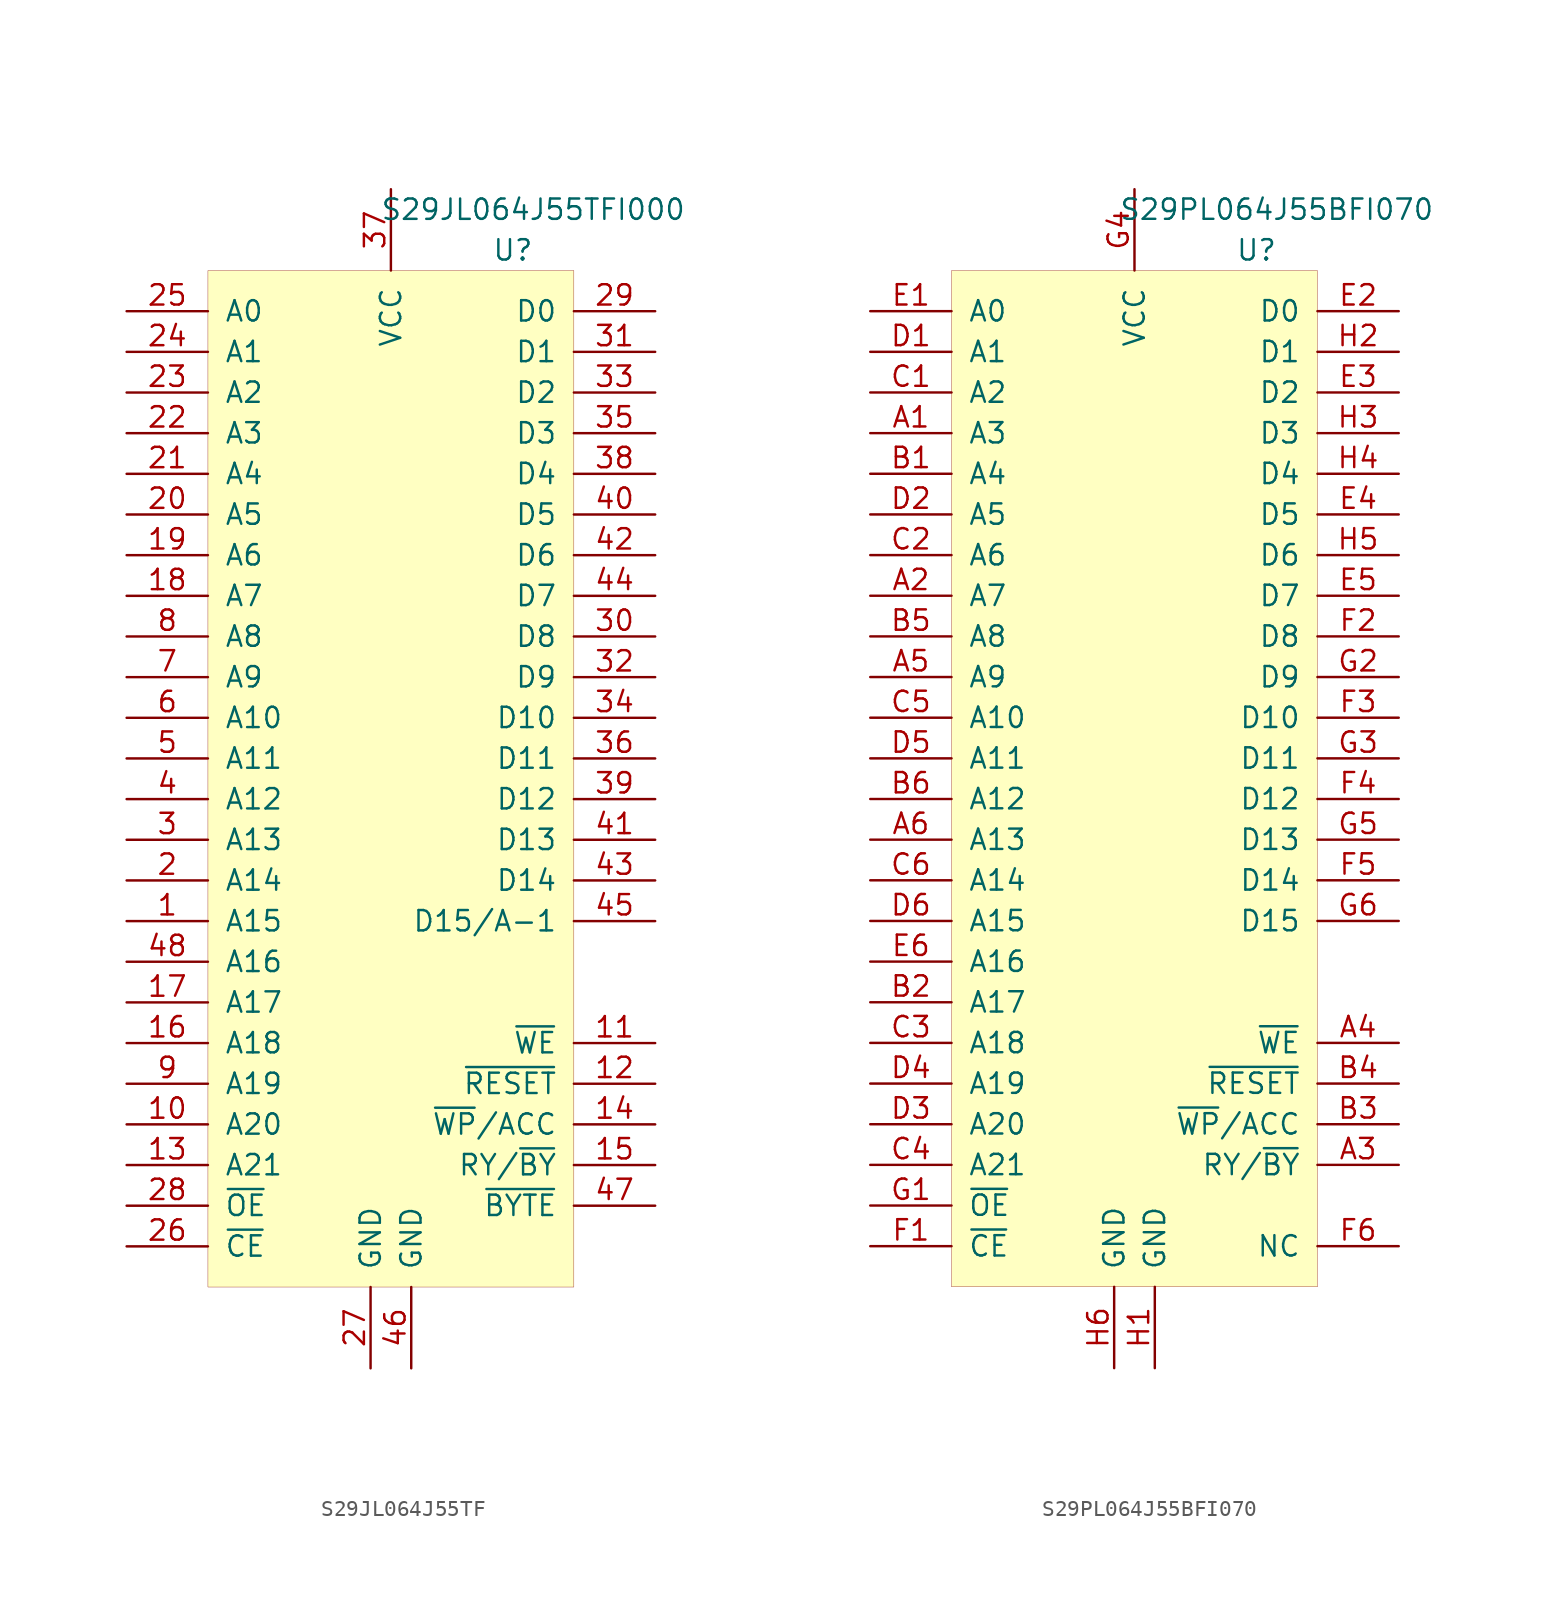
<source format=kicad_sym>
(kicad_symbol_lib
  (version 20220914)
  (generator kicad_symbol_editor)
  (symbol "S29JL064J55TF"
    (pin_names
      (offset 1.016))
    (property "Reference" "U"
      (at 24.13 3.81 0)
      (effects (font (size 1.27 1.27))))
    (property "Value" "S29JL064J55TFI000"
      (at 25.4 6.35 0)
      (effects (font (size 1.27 1.27))))
    (symbol "S29JL064J55TF_0_0"
      (pin passive line (at 0 -38.1 0) (length 5.08) (name "A15" (effects (font (size 1.27 1.27)))) (number "1" (effects (font (size 1.27 1.27)))))
      (pin passive line (at 0 -50.8 0) (length 5.08) (name "A20" (effects (font (size 1.27 1.27)))) (number "10" (effects (font (size 1.27 1.27)))))
      (pin passive line (at 33.02 -45.72 180) (length 5.08) (name "~{WE}" (effects (font (size 1.27 1.27)))) (number "11" (effects (font (size 1.27 1.27)))))
      (pin passive line (at 33.02 -48.26 180) (length 5.08) (name "~{RESET}" (effects (font (size 1.27 1.27)))) (number "12" (effects (font (size 1.27 1.27)))))
      (pin passive line (at 0 -53.34 0) (length 5.08) (name "A21" (effects (font (size 1.27 1.27)))) (number "13" (effects (font (size 1.27 1.27)))))
      (pin passive line (at 33.02 -50.8 180) (length 5.08) (name "~{WP}/ACC" (effects (font (size 1.27 1.27)))) (number "14" (effects (font (size 1.27 1.27)))))
      (pin passive line (at 33.02 -53.34 180) (length 5.08) (name "RY/~{BY}" (effects (font (size 1.27 1.27)))) (number "15" (effects (font (size 1.27 1.27)))))
      (pin passive line (at 0 -45.72 0) (length 5.08) (name "A18" (effects (font (size 1.27 1.27)))) (number "16" (effects (font (size 1.27 1.27)))))
      (pin passive line (at 0 -43.18 0) (length 5.08) (name "A17" (effects (font (size 1.27 1.27)))) (number "17" (effects (font (size 1.27 1.27)))))
      (pin passive line (at 0 -17.78 0) (length 5.08) (name "A7" (effects (font (size 1.27 1.27)))) (number "18" (effects (font (size 1.27 1.27)))))
      (pin passive line (at 0 -15.24 0) (length 5.08) (name "A6" (effects (font (size 1.27 1.27)))) (number "19" (effects (font (size 1.27 1.27)))))
      (pin passive line (at 0 -35.56 0) (length 5.08) (name "A14" (effects (font (size 1.27 1.27)))) (number "2" (effects (font (size 1.27 1.27)))))
      (pin passive line (at 0 -12.7 0) (length 5.08) (name "A5" (effects (font (size 1.27 1.27)))) (number "20" (effects (font (size 1.27 1.27)))))
      (pin passive line (at 0 -10.16 0) (length 5.08) (name "A4" (effects (font (size 1.27 1.27)))) (number "21" (effects (font (size 1.27 1.27)))))
      (pin passive line (at 0 -7.62 0) (length 5.08) (name "A3" (effects (font (size 1.27 1.27)))) (number "22" (effects (font (size 1.27 1.27)))))
      (pin passive line (at 0 -5.08 0) (length 5.08) (name "A2" (effects (font (size 1.27 1.27)))) (number "23" (effects (font (size 1.27 1.27)))))
      (pin passive line (at 0 -2.54 0) (length 5.08) (name "A1" (effects (font (size 1.27 1.27)))) (number "24" (effects (font (size 1.27 1.27)))))
      (pin passive line (at 0 0 0) (length 5.08) (name "A0" (effects (font (size 1.27 1.27)))) (number "25" (effects (font (size 1.27 1.27)))))
      (pin passive line (at 0 -58.42 0) (length 5.08) (name "~{CE}" (effects (font (size 1.27 1.27)))) (number "26" (effects (font (size 1.27 1.27)))))
      (pin passive line (at 15.24 -66.04 90) (length 5.08) (name "GND" (effects (font (size 1.27 1.27)))) (number "27" (effects (font (size 1.27 1.27)))))
      (pin passive line (at 0 -55.88 0) (length 5.08) (name "~{OE}" (effects (font (size 1.27 1.27)))) (number "28" (effects (font (size 1.27 1.27)))))
      (pin passive line (at 33.02 0 180) (length 5.08) (name "D0" (effects (font (size 1.27 1.27)))) (number "29" (effects (font (size 1.27 1.27)))))
      (pin passive line (at 0 -33.02 0) (length 5.08) (name "A13" (effects (font (size 1.27 1.27)))) (number "3" (effects (font (size 1.27 1.27)))))
      (pin passive line (at 33.02 -20.32 180) (length 5.08) (name "D8" (effects (font (size 1.27 1.27)))) (number "30" (effects (font (size 1.27 1.27)))))
      (pin passive line (at 33.02 -2.54 180) (length 5.08) (name "D1" (effects (font (size 1.27 1.27)))) (number "31" (effects (font (size 1.27 1.27)))))
      (pin passive line (at 33.02 -22.86 180) (length 5.08) (name "D9" (effects (font (size 1.27 1.27)))) (number "32" (effects (font (size 1.27 1.27)))))
      (pin passive line (at 33.02 -5.08 180) (length 5.08) (name "D2" (effects (font (size 1.27 1.27)))) (number "33" (effects (font (size 1.27 1.27)))))
      (pin passive line (at 33.02 -25.4 180) (length 5.08) (name "D10" (effects (font (size 1.27 1.27)))) (number "34" (effects (font (size 1.27 1.27)))))
      (pin passive line (at 33.02 -7.62 180) (length 5.08) (name "D3" (effects (font (size 1.27 1.27)))) (number "35" (effects (font (size 1.27 1.27)))))
      (pin passive line (at 33.02 -27.94 180) (length 5.08) (name "D11" (effects (font (size 1.27 1.27)))) (number "36" (effects (font (size 1.27 1.27)))))
      (pin passive line (at 16.51 7.62 270) (length 5.08) (name "VCC" (effects (font (size 1.27 1.27)))) (number "37" (effects (font (size 1.27 1.27)))))
      (pin passive line (at 33.02 -10.16 180) (length 5.08) (name "D4" (effects (font (size 1.27 1.27)))) (number "38" (effects (font (size 1.27 1.27)))))
      (pin passive line (at 33.02 -30.48 180) (length 5.08) (name "D12" (effects (font (size 1.27 1.27)))) (number "39" (effects (font (size 1.27 1.27)))))
      (pin passive line (at 0 -30.48 0) (length 5.08) (name "A12" (effects (font (size 1.27 1.27)))) (number "4" (effects (font (size 1.27 1.27)))))
      (pin passive line (at 33.02 -12.7 180) (length 5.08) (name "D5" (effects (font (size 1.27 1.27)))) (number "40" (effects (font (size 1.27 1.27)))))
      (pin passive line (at 33.02 -33.02 180) (length 5.08) (name "D13" (effects (font (size 1.27 1.27)))) (number "41" (effects (font (size 1.27 1.27)))))
      (pin passive line (at 33.02 -15.24 180) (length 5.08) (name "D6" (effects (font (size 1.27 1.27)))) (number "42" (effects (font (size 1.27 1.27)))))
      (pin passive line (at 33.02 -35.56 180) (length 5.08) (name "D14" (effects (font (size 1.27 1.27)))) (number "43" (effects (font (size 1.27 1.27)))))
      (pin passive line (at 33.02 -17.78 180) (length 5.08) (name "D7" (effects (font (size 1.27 1.27)))) (number "44" (effects (font (size 1.27 1.27)))))
      (pin passive line (at 33.02 -38.1 180) (length 5.08) (name "D15/A-1" (effects (font (size 1.27 1.27)))) (number "45" (effects (font (size 1.27 1.27)))))
      (pin passive line (at 17.78 -66.04 90) (length 5.08) (name "GND" (effects (font (size 1.27 1.27)))) (number "46" (effects (font (size 1.27 1.27)))))
      (pin passive line (at 33.02 -55.88 180) (length 5.08) (name "~{BYTE}" (effects (font (size 1.27 1.27)))) (number "47" (effects (font (size 1.27 1.27)))))
      (pin passive line (at 0 -40.64 0) (length 5.08) (name "A16" (effects (font (size 1.27 1.27)))) (number "48" (effects (font (size 1.27 1.27)))))
      (pin passive line (at 0 -27.94 0) (length 5.08) (name "A11" (effects (font (size 1.27 1.27)))) (number "5" (effects (font (size 1.27 1.27)))))
      (pin passive line (at 0 -25.4 0) (length 5.08) (name "A10" (effects (font (size 1.27 1.27)))) (number "6" (effects (font (size 1.27 1.27)))))
      (pin passive line (at 0 -22.86 0) (length 5.08) (name "A9" (effects (font (size 1.27 1.27)))) (number "7" (effects (font (size 1.27 1.27)))))
      (pin passive line (at 0 -20.32 0) (length 5.08) (name "A8" (effects (font (size 1.27 1.27)))) (number "8" (effects (font (size 1.27 1.27)))))
      (pin passive line (at 0 -48.26 0) (length 5.08) (name "A19" (effects (font (size 1.27 1.27)))) (number "9" (effects (font (size 1.27 1.27))))))
    (symbol "S29JL064J55TF_0_1"
      (rectangle (start 5.08 2.54) (end 27.94 -60.96) (stroke (width 0.001) (type default)) (fill (type background)))))
  (symbol "S29PL064J55BFI070"
    (pin_names
      (offset 1.016))
    (property "Reference" "U"
      (at 24.13 3.81 0)
      (effects (font (size 1.27 1.27))))
    (property "Value" "S29PL064J55BFI070"
      (at 25.4 6.35 0)
      (effects (font (size 1.27 1.27))))
    (symbol "S29PL064J55BFI070_0_0"
      (pin passive line (at 0 -7.62 0) (length 5.08) (name "A3" (effects (font (size 1.27 1.27)))) (number "A1" (effects (font (size 1.27 1.27)))))
      (pin passive line (at 0 -17.78 0) (length 5.08) (name "A7" (effects (font (size 1.27 1.27)))) (number "A2" (effects (font (size 1.27 1.27)))))
      (pin passive line (at 33.02 -53.34 180) (length 5.08) (name "RY/~{BY}" (effects (font (size 1.27 1.27)))) (number "A3" (effects (font (size 1.27 1.27)))))
      (pin passive line (at 33.02 -45.72 180) (length 5.08) (name "~{WE}" (effects (font (size 1.27 1.27)))) (number "A4" (effects (font (size 1.27 1.27)))))
      (pin passive line (at 0 -22.86 0) (length 5.08) (name "A9" (effects (font (size 1.27 1.27)))) (number "A5" (effects (font (size 1.27 1.27)))))
      (pin passive line (at 0 -33.02 0) (length 5.08) (name "A13" (effects (font (size 1.27 1.27)))) (number "A6" (effects (font (size 1.27 1.27)))))
      (pin passive line (at 0 -10.16 0) (length 5.08) (name "A4" (effects (font (size 1.27 1.27)))) (number "B1" (effects (font (size 1.27 1.27)))))
      (pin passive line (at 0 -43.18 0) (length 5.08) (name "A17" (effects (font (size 1.27 1.27)))) (number "B2" (effects (font (size 1.27 1.27)))))
      (pin passive line (at 33.02 -50.8 180) (length 5.08) (name "~{WP}/ACC" (effects (font (size 1.27 1.27)))) (number "B3" (effects (font (size 1.27 1.27)))))
      (pin passive line (at 33.02 -48.26 180) (length 5.08) (name "~{RESET}" (effects (font (size 1.27 1.27)))) (number "B4" (effects (font (size 1.27 1.27)))))
      (pin passive line (at 0 -20.32 0) (length 5.08) (name "A8" (effects (font (size 1.27 1.27)))) (number "B5" (effects (font (size 1.27 1.27)))))
      (pin passive line (at 0 -30.48 0) (length 5.08) (name "A12" (effects (font (size 1.27 1.27)))) (number "B6" (effects (font (size 1.27 1.27)))))
      (pin passive line (at 0 -5.08 0) (length 5.08) (name "A2" (effects (font (size 1.27 1.27)))) (number "C1" (effects (font (size 1.27 1.27)))))
      (pin passive line (at 0 -15.24 0) (length 5.08) (name "A6" (effects (font (size 1.27 1.27)))) (number "C2" (effects (font (size 1.27 1.27)))))
      (pin passive line (at 0 -45.72 0) (length 5.08) (name "A18" (effects (font (size 1.27 1.27)))) (number "C3" (effects (font (size 1.27 1.27)))))
      (pin passive line (at 0 -53.34 0) (length 5.08) (name "A21" (effects (font (size 1.27 1.27)))) (number "C4" (effects (font (size 1.27 1.27)))))
      (pin passive line (at 0 -25.4 0) (length 5.08) (name "A10" (effects (font (size 1.27 1.27)))) (number "C5" (effects (font (size 1.27 1.27)))))
      (pin passive line (at 0 -35.56 0) (length 5.08) (name "A14" (effects (font (size 1.27 1.27)))) (number "C6" (effects (font (size 1.27 1.27)))))
      (pin passive line (at 0 -2.54 0) (length 5.08) (name "A1" (effects (font (size 1.27 1.27)))) (number "D1" (effects (font (size 1.27 1.27)))))
      (pin passive line (at 0 -12.7 0) (length 5.08) (name "A5" (effects (font (size 1.27 1.27)))) (number "D2" (effects (font (size 1.27 1.27)))))
      (pin passive line (at 0 -50.8 0) (length 5.08) (name "A20" (effects (font (size 1.27 1.27)))) (number "D3" (effects (font (size 1.27 1.27)))))
      (pin passive line (at 0 -48.26 0) (length 5.08) (name "A19" (effects (font (size 1.27 1.27)))) (number "D4" (effects (font (size 1.27 1.27)))))
      (pin passive line (at 0 -27.94 0) (length 5.08) (name "A11" (effects (font (size 1.27 1.27)))) (number "D5" (effects (font (size 1.27 1.27)))))
      (pin passive line (at 0 -38.1 0) (length 5.08) (name "A15" (effects (font (size 1.27 1.27)))) (number "D6" (effects (font (size 1.27 1.27)))))
      (pin passive line (at 0 0 0) (length 5.08) (name "A0" (effects (font (size 1.27 1.27)))) (number "E1" (effects (font (size 1.27 1.27)))))
      (pin passive line (at 33.02 0 180) (length 5.08) (name "D0" (effects (font (size 1.27 1.27)))) (number "E2" (effects (font (size 1.27 1.27)))))
      (pin passive line (at 33.02 -5.08 180) (length 5.08) (name "D2" (effects (font (size 1.27 1.27)))) (number "E3" (effects (font (size 1.27 1.27)))))
      (pin passive line (at 33.02 -12.7 180) (length 5.08) (name "D5" (effects (font (size 1.27 1.27)))) (number "E4" (effects (font (size 1.27 1.27)))))
      (pin passive line (at 33.02 -17.78 180) (length 5.08) (name "D7" (effects (font (size 1.27 1.27)))) (number "E5" (effects (font (size 1.27 1.27)))))
      (pin passive line (at 0 -40.64 0) (length 5.08) (name "A16" (effects (font (size 1.27 1.27)))) (number "E6" (effects (font (size 1.27 1.27)))))
      (pin passive line (at 0 -58.42 0) (length 5.08) (name "~{CE}" (effects (font (size 1.27 1.27)))) (number "F1" (effects (font (size 1.27 1.27)))))
      (pin passive line (at 33.02 -20.32 180) (length 5.08) (name "D8" (effects (font (size 1.27 1.27)))) (number "F2" (effects (font (size 1.27 1.27)))))
      (pin passive line (at 33.02 -25.4 180) (length 5.08) (name "D10" (effects (font (size 1.27 1.27)))) (number "F3" (effects (font (size 1.27 1.27)))))
      (pin passive line (at 33.02 -30.48 180) (length 5.08) (name "D12" (effects (font (size 1.27 1.27)))) (number "F4" (effects (font (size 1.27 1.27)))))
      (pin passive line (at 33.02 -35.56 180) (length 5.08) (name "D14" (effects (font (size 1.27 1.27)))) (number "F5" (effects (font (size 1.27 1.27)))))
      (pin passive line (at 33.02 -58.42 180) (length 5.08) (name "NC" (effects (font (size 1.27 1.27)))) (number "F6" (effects (font (size 1.27 1.27)))))
      (pin passive line (at 0 -55.88 0) (length 5.08) (name "~{OE}" (effects (font (size 1.27 1.27)))) (number "G1" (effects (font (size 1.27 1.27)))))
      (pin passive line (at 33.02 -22.86 180) (length 5.08) (name "D9" (effects (font (size 1.27 1.27)))) (number "G2" (effects (font (size 1.27 1.27)))))
      (pin passive line (at 33.02 -27.94 180) (length 5.08) (name "D11" (effects (font (size 1.27 1.27)))) (number "G3" (effects (font (size 1.27 1.27)))))
      (pin passive line (at 16.51 7.62 270) (length 5.08) (name "VCC" (effects (font (size 1.27 1.27)))) (number "G4" (effects (font (size 1.27 1.27)))))
      (pin passive line (at 33.02 -33.02 180) (length 5.08) (name "D13" (effects (font (size 1.27 1.27)))) (number "G5" (effects (font (size 1.27 1.27)))))
      (pin passive line (at 33.02 -38.1 180) (length 5.08) (name "D15" (effects (font (size 1.27 1.27)))) (number "G6" (effects (font (size 1.27 1.27)))))
      (pin passive line (at 17.78 -66.04 90) (length 5.08) (name "GND" (effects (font (size 1.27 1.27)))) (number "H1" (effects (font (size 1.27 1.27)))))
      (pin passive line (at 33.02 -2.54 180) (length 5.08) (name "D1" (effects (font (size 1.27 1.27)))) (number "H2" (effects (font (size 1.27 1.27)))))
      (pin passive line (at 33.02 -7.62 180) (length 5.08) (name "D3" (effects (font (size 1.27 1.27)))) (number "H3" (effects (font (size 1.27 1.27)))))
      (pin passive line (at 33.02 -10.16 180) (length 5.08) (name "D4" (effects (font (size 1.27 1.27)))) (number "H4" (effects (font (size 1.27 1.27)))))
      (pin passive line (at 33.02 -15.24 180) (length 5.08) (name "D6" (effects (font (size 1.27 1.27)))) (number "H5" (effects (font (size 1.27 1.27)))))
      (pin passive line (at 15.24 -66.04 90) (length 5.08) (name "GND" (effects (font (size 1.27 1.27)))) (number "H6" (effects (font (size 1.27 1.27))))))
    (symbol "S29PL064J55BFI070_0_1"
      (rectangle (start 5.08 2.54) (end 27.94 -60.96) (stroke (width 0.001) (type default)) (fill (type background))))))
</source>
